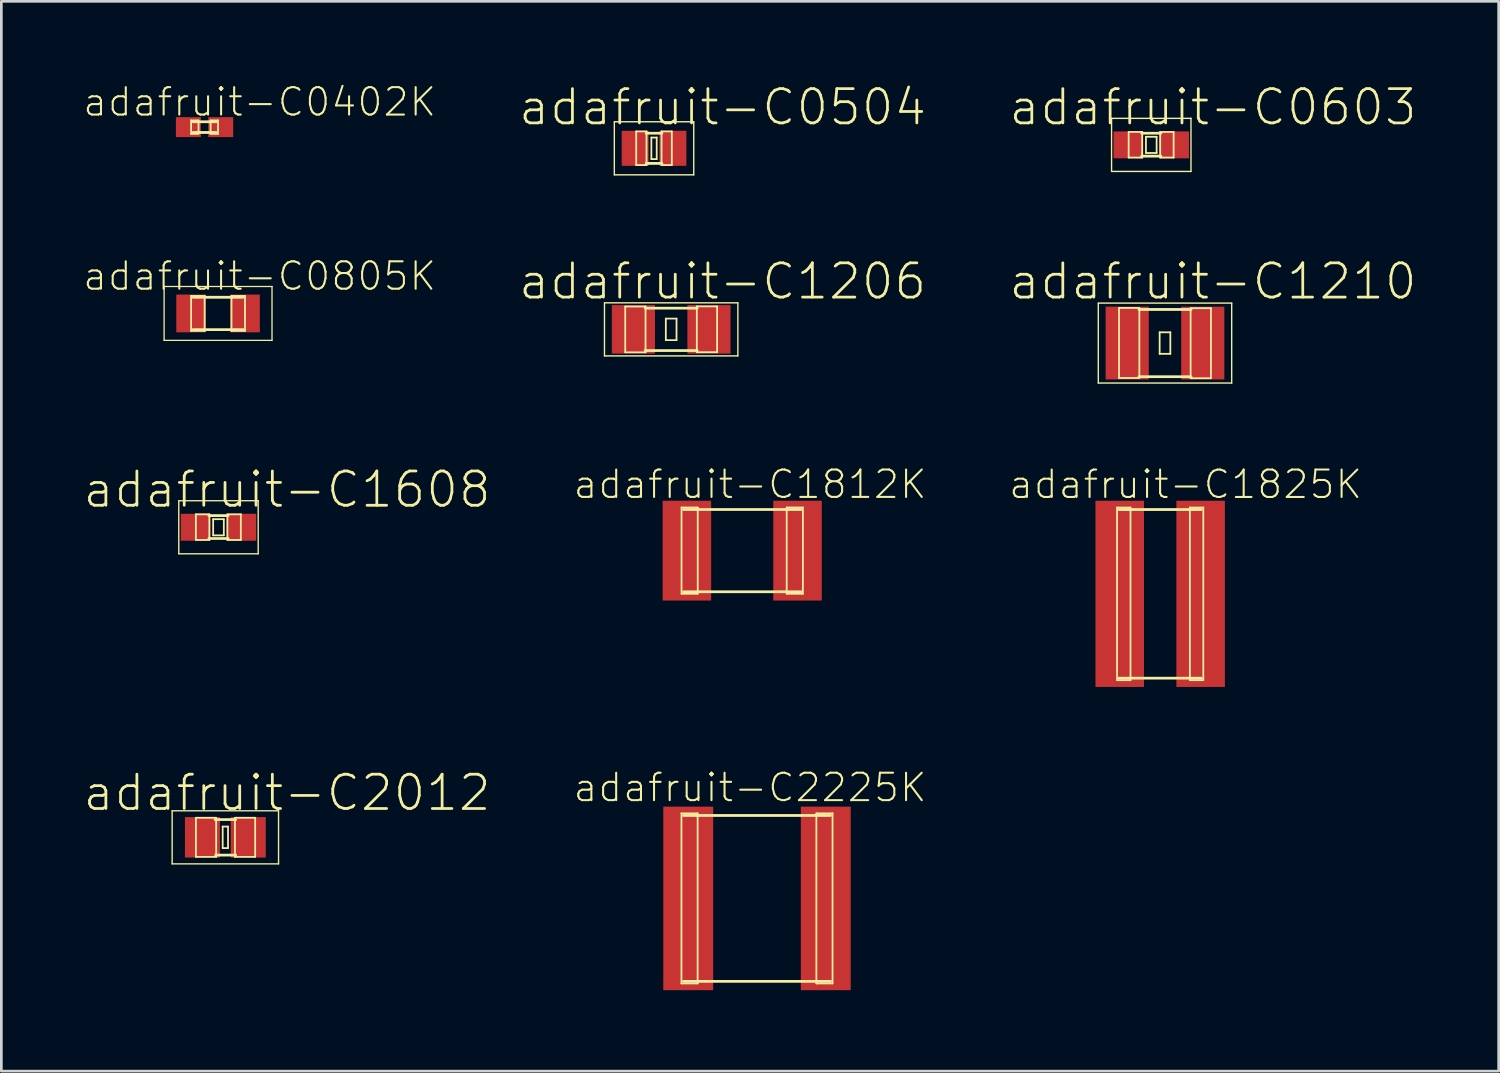
<source format=kicad_pcb>
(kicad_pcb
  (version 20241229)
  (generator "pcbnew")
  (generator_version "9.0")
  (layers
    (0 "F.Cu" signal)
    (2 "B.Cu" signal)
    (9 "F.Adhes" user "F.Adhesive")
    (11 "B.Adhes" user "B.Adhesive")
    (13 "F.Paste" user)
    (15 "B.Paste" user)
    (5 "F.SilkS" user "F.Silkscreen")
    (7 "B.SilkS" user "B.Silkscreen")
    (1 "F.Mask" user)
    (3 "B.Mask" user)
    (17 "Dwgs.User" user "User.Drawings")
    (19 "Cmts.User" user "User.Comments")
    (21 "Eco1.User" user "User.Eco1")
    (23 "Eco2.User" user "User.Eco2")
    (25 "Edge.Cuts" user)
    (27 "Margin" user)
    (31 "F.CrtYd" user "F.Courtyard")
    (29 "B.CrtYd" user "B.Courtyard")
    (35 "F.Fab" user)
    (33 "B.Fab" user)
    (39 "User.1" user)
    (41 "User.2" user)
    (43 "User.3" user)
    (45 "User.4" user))
  (footprint "adafruit-C2012"
    (layer "F.Cu")
    (at 5.299 27.973)
    (property "Reference" "adafruit-C2012" (at 2.286 -1.651 0) (layer "F.SilkS") (effects (font (size 1.27 1.27) (thickness 0.102))))
    (attr smd)
    (fp_line (start -1.971 -0.983) (end 1.971 -0.983) (stroke (width 0.051) (type solid)) (layer "F.SilkS"))
    (fp_line (start -1.971 0.983) (end -1.971 -0.983) (stroke (width 0.051) (type solid)) (layer "F.SilkS"))
    (fp_line (start -1.09 -0.724) (end -0.34 -0.724) (stroke (width 0.066) (type solid)) (layer "F.SilkS"))
    (fp_line (start -1.09 0.724) (end -1.09 -0.724) (stroke (width 0.066) (type solid)) (layer "F.SilkS"))
    (fp_line (start -1.09 0.724) (end -0.34 0.724) (stroke (width 0.066) (type solid)) (layer "F.SilkS"))
    (fp_line (start -0.381 -0.658) (end 0.381 -0.658) (stroke (width 0.102) (type solid)) (layer "F.SilkS"))
    (fp_line (start -0.356 0.658) (end 0.381 0.658) (stroke (width 0.102) (type solid)) (layer "F.SilkS"))
    (fp_line (start -0.34 0.724) (end -0.34 -0.724) (stroke (width 0.066) (type solid)) (layer "F.SilkS"))
    (fp_line (start -0.099 -0.399) (end 0.099 -0.399) (stroke (width 0.066) (type solid)) (layer "F.SilkS"))
    (fp_line (start -0.099 0.399) (end -0.099 -0.399) (stroke (width 0.066) (type solid)) (layer "F.SilkS"))
    (fp_line (start -0.099 0.399) (end 0.099 0.399) (stroke (width 0.066) (type solid)) (layer "F.SilkS"))
    (fp_line (start 0.099 0.399) (end 0.099 -0.399) (stroke (width 0.066) (type solid)) (layer "F.SilkS"))
    (fp_line (start 0.356 -0.724) (end 1.105 -0.724) (stroke (width 0.066) (type solid)) (layer "F.SilkS"))
    (fp_line (start 0.356 0.724) (end 0.356 -0.724) (stroke (width 0.066) (type solid)) (layer "F.SilkS"))
    (fp_line (start 0.356 0.724) (end 1.105 0.724) (stroke (width 0.066) (type solid)) (layer "F.SilkS"))
    (fp_line (start 1.105 0.724) (end 1.105 -0.724) (stroke (width 0.066) (type solid)) (layer "F.SilkS"))
    (fp_line (start 1.971 -0.983) (end 1.971 0.983) (stroke (width 0.051) (type solid)) (layer "F.SilkS"))
    (fp_line (start 1.971 0.983) (end -1.971 0.983) (stroke (width 0.051) (type solid)) (layer "F.SilkS"))
    (pad "1" smd rect (at -0.848 0) (size 1.298 1.499) (layers "F.Cu" "F.Mask" "F.Paste"))
    (pad "2" smd rect (at 0.848 0) (size 1.298 1.499) (layers "F.Cu" "F.Mask" "F.Paste")))
  (footprint "adafruit-C0603"
    (layer "F.Cu")
    (at 39.605 2.318)
    (property "Reference" "adafruit-C0603" (at 2.286 -1.397 0) (layer "F.SilkS") (effects (font (size 1.27 1.27) (thickness 0.102))))
    (attr smd)
    (fp_line (start -1.471 -0.983) (end 1.471 -0.983) (stroke (width 0.051) (type solid)) (layer "F.SilkS"))
    (fp_line (start -1.471 0.983) (end -1.471 -0.983) (stroke (width 0.051) (type solid)) (layer "F.SilkS"))
    (fp_line (start -0.838 -0.48) (end -0.338 -0.48) (stroke (width 0.066) (type solid)) (layer "F.SilkS"))
    (fp_line (start -0.838 0.47) (end -0.838 -0.48) (stroke (width 0.066) (type solid)) (layer "F.SilkS"))
    (fp_line (start -0.838 0.47) (end -0.338 0.47) (stroke (width 0.066) (type solid)) (layer "F.SilkS"))
    (fp_line (start -0.356 -0.432) (end 0.356 -0.432) (stroke (width 0.102) (type solid)) (layer "F.SilkS"))
    (fp_line (start -0.356 0.417) (end 0.356 0.417) (stroke (width 0.102) (type solid)) (layer "F.SilkS"))
    (fp_line (start -0.338 0.47) (end -0.338 -0.48) (stroke (width 0.066) (type solid)) (layer "F.SilkS"))
    (fp_line (start -0.198 -0.3) (end 0.198 -0.3) (stroke (width 0.066) (type solid)) (layer "F.SilkS"))
    (fp_line (start -0.198 0.3) (end -0.198 -0.3) (stroke (width 0.066) (type solid)) (layer "F.SilkS"))
    (fp_line (start -0.198 0.3) (end 0.198 0.3) (stroke (width 0.066) (type solid)) (layer "F.SilkS"))
    (fp_line (start 0.198 0.3) (end 0.198 -0.3) (stroke (width 0.066) (type solid)) (layer "F.SilkS"))
    (fp_line (start 0.33 -0.48) (end 0.828 -0.48) (stroke (width 0.066) (type solid)) (layer "F.SilkS"))
    (fp_line (start 0.33 0.47) (end 0.33 -0.48) (stroke (width 0.066) (type solid)) (layer "F.SilkS"))
    (fp_line (start 0.33 0.47) (end 0.828 0.47) (stroke (width 0.066) (type solid)) (layer "F.SilkS"))
    (fp_line (start 0.828 0.47) (end 0.828 -0.48) (stroke (width 0.066) (type solid)) (layer "F.SilkS"))
    (fp_line (start 1.471 -0.983) (end 1.471 0.983) (stroke (width 0.051) (type solid)) (layer "F.SilkS"))
    (fp_line (start 1.471 0.983) (end -1.471 0.983) (stroke (width 0.051) (type solid)) (layer "F.SilkS"))
    (pad "1" smd rect (at -0.848 0) (size 1.1 0.998) (layers "F.Cu" "F.Mask" "F.Paste"))
    (pad "2" smd rect (at 0.848 0) (size 1.1 0.998) (layers "F.Cu" "F.Mask" "F.Paste")))
  (footprint "adafruit-C0805K"
    (layer "F.Cu")
    (at 5.029 8.563)
    (property "Reference" "adafruit-C0805K" (at 1.539 -1.382 0) (layer "F.SilkS") (effects (font (size 1.016 1.016) (thickness 0.076))))
    (attr smd)
    (fp_line (start -1.999 -0.998) (end 1.999 -0.998) (stroke (width 0.048) (type solid)) (layer "F.SilkS"))
    (fp_line (start -1.999 0.998) (end -1.999 -0.998) (stroke (width 0.048) (type solid)) (layer "F.SilkS"))
    (fp_line (start -0.998 -0.648) (end -0.498 -0.648) (stroke (width 0.066) (type solid)) (layer "F.SilkS"))
    (fp_line (start -0.998 0.648) (end -0.998 -0.648) (stroke (width 0.066) (type solid)) (layer "F.SilkS"))
    (fp_line (start -0.998 0.648) (end -0.498 0.648) (stroke (width 0.066) (type solid)) (layer "F.SilkS"))
    (fp_line (start -0.925 -0.599) (end 0.925 -0.599) (stroke (width 0.102) (type solid)) (layer "F.SilkS"))
    (fp_line (start -0.498 0.648) (end -0.498 -0.648) (stroke (width 0.066) (type solid)) (layer "F.SilkS"))
    (fp_line (start 0.498 -0.648) (end 0.998 -0.648) (stroke (width 0.066) (type solid)) (layer "F.SilkS"))
    (fp_line (start 0.498 0.648) (end 0.498 -0.648) (stroke (width 0.066) (type solid)) (layer "F.SilkS"))
    (fp_line (start 0.498 0.648) (end 0.998 0.648) (stroke (width 0.066) (type solid)) (layer "F.SilkS"))
    (fp_line (start 0.925 0.599) (end -0.925 0.599) (stroke (width 0.102) (type solid)) (layer "F.SilkS"))
    (fp_line (start 0.998 0.648) (end 0.998 -0.648) (stroke (width 0.066) (type solid)) (layer "F.SilkS"))
    (fp_line (start 1.999 -0.998) (end 1.999 0.998) (stroke (width 0.048) (type solid)) (layer "F.SilkS"))
    (fp_line (start 1.999 0.998) (end -1.999 0.998) (stroke (width 0.048) (type solid)) (layer "F.SilkS"))
    (pad "1" smd rect (at -0.998 0) (size 1.1 1.4) (layers "F.Cu" "F.Mask" "F.Paste"))
    (pad "2" smd rect (at 0.998 0) (size 1.1 1.4) (layers "F.Cu" "F.Mask" "F.Paste")))
  (footprint "adafruit-C1825K"
    (layer "F.Cu")
    (at 39.935 18.952)
    (property "Reference" "adafruit-C1825K" (at 0.94 -4.056 0) (layer "F.SilkS") (effects (font (size 1.016 1.016) (thickness 0.076))))
    (attr smd)
    (fp_line (start -1.598 -3.198) (end -1.1 -3.198) (stroke (width 0.066) (type solid)) (layer "F.SilkS"))
    (fp_line (start -1.598 3.198) (end -1.598 -3.198) (stroke (width 0.066) (type solid)) (layer "F.SilkS"))
    (fp_line (start -1.598 3.198) (end -1.1 3.198) (stroke (width 0.066) (type solid)) (layer "F.SilkS"))
    (fp_line (start -1.524 -3.124) (end 1.524 -3.124) (stroke (width 0.102) (type solid)) (layer "F.SilkS"))
    (fp_line (start -1.1 3.198) (end -1.1 -3.198) (stroke (width 0.066) (type solid)) (layer "F.SilkS"))
    (fp_line (start 1.1 -3.198) (end 1.598 -3.198) (stroke (width 0.066) (type solid)) (layer "F.SilkS"))
    (fp_line (start 1.1 3.198) (end 1.1 -3.198) (stroke (width 0.066) (type solid)) (layer "F.SilkS"))
    (fp_line (start 1.1 3.198) (end 1.598 3.198) (stroke (width 0.066) (type solid)) (layer "F.SilkS"))
    (fp_line (start 1.524 3.124) (end -1.524 3.124) (stroke (width 0.102) (type solid)) (layer "F.SilkS"))
    (fp_line (start 1.598 3.198) (end 1.598 -3.198) (stroke (width 0.066) (type solid)) (layer "F.SilkS"))
    (pad "1" smd rect (at -1.499 0) (size 1.798 6.899) (layers "F.Cu" "F.Mask" "F.Paste"))
    (pad "2" smd rect (at 1.499 0) (size 1.798 6.899) (layers "F.Cu" "F.Mask" "F.Paste")))
  (footprint "adafruit-C1608"
    (layer "F.Cu")
    (at 5.045 16.485)
    (property "Reference" "adafruit-C1608" (at 2.54 -1.397 0) (layer "F.SilkS") (effects (font (size 1.27 1.27) (thickness 0.102))))
    (attr smd)
    (fp_line (start -1.471 -0.983) (end 1.471 -0.983) (stroke (width 0.051) (type solid)) (layer "F.SilkS"))
    (fp_line (start -1.471 0.983) (end -1.471 -0.983) (stroke (width 0.051) (type solid)) (layer "F.SilkS"))
    (fp_line (start -0.838 -0.48) (end -0.338 -0.48) (stroke (width 0.066) (type solid)) (layer "F.SilkS"))
    (fp_line (start -0.838 0.47) (end -0.838 -0.48) (stroke (width 0.066) (type solid)) (layer "F.SilkS"))
    (fp_line (start -0.838 0.47) (end -0.338 0.47) (stroke (width 0.066) (type solid)) (layer "F.SilkS"))
    (fp_line (start -0.356 -0.432) (end 0.356 -0.432) (stroke (width 0.102) (type solid)) (layer "F.SilkS"))
    (fp_line (start -0.356 0.417) (end 0.356 0.417) (stroke (width 0.102) (type solid)) (layer "F.SilkS"))
    (fp_line (start -0.338 0.47) (end -0.338 -0.48) (stroke (width 0.066) (type solid)) (layer "F.SilkS"))
    (fp_line (start -0.198 -0.3) (end 0.198 -0.3) (stroke (width 0.066) (type solid)) (layer "F.SilkS"))
    (fp_line (start -0.198 0.3) (end -0.198 -0.3) (stroke (width 0.066) (type solid)) (layer "F.SilkS"))
    (fp_line (start -0.198 0.3) (end 0.198 0.3) (stroke (width 0.066) (type solid)) (layer "F.SilkS"))
    (fp_line (start 0.198 0.3) (end 0.198 -0.3) (stroke (width 0.066) (type solid)) (layer "F.SilkS"))
    (fp_line (start 0.33 -0.48) (end 0.828 -0.48) (stroke (width 0.066) (type solid)) (layer "F.SilkS"))
    (fp_line (start 0.33 0.47) (end 0.33 -0.48) (stroke (width 0.066) (type solid)) (layer "F.SilkS"))
    (fp_line (start 0.33 0.47) (end 0.828 0.47) (stroke (width 0.066) (type solid)) (layer "F.SilkS"))
    (fp_line (start 0.828 0.47) (end 0.828 -0.48) (stroke (width 0.066) (type solid)) (layer "F.SilkS"))
    (fp_line (start 1.471 -0.983) (end 1.471 0.983) (stroke (width 0.051) (type solid)) (layer "F.SilkS"))
    (fp_line (start 1.471 0.983) (end -1.471 0.983) (stroke (width 0.051) (type solid)) (layer "F.SilkS"))
    (pad "1" smd rect (at -0.848 0) (size 1.1 0.998) (layers "F.Cu" "F.Mask" "F.Paste"))
    (pad "2" smd rect (at 0.848 0) (size 1.1 0.998) (layers "F.Cu" "F.Mask" "F.Paste")))
  (footprint "adafruit-C1210"
    (layer "F.Cu")
    (at 40.113 9.661)
    (property "Reference" "adafruit-C1210" (at 1.778 -2.286 0) (layer "F.SilkS") (effects (font (size 1.27 1.27) (thickness 0.102))))
    (attr smd)
    (fp_line (start -2.471 -1.481) (end 2.471 -1.481) (stroke (width 0.051) (type solid)) (layer "F.SilkS"))
    (fp_line (start -2.471 1.481) (end -2.471 -1.481) (stroke (width 0.051) (type solid)) (layer "F.SilkS"))
    (fp_line (start -1.702 -1.303) (end -0.95 -1.303) (stroke (width 0.066) (type solid)) (layer "F.SilkS"))
    (fp_line (start -1.702 1.293) (end -1.702 -1.303) (stroke (width 0.066) (type solid)) (layer "F.SilkS"))
    (fp_line (start -1.702 1.293) (end -0.95 1.293) (stroke (width 0.066) (type solid)) (layer "F.SilkS"))
    (fp_line (start -0.965 -1.245) (end 0.965 -1.245) (stroke (width 0.102) (type solid)) (layer "F.SilkS"))
    (fp_line (start -0.965 1.245) (end 0.965 1.245) (stroke (width 0.102) (type solid)) (layer "F.SilkS"))
    (fp_line (start -0.95 1.293) (end -0.95 -1.303) (stroke (width 0.066) (type solid)) (layer "F.SilkS"))
    (fp_line (start -0.198 -0.399) (end 0.198 -0.399) (stroke (width 0.066) (type solid)) (layer "F.SilkS"))
    (fp_line (start -0.198 0.399) (end -0.198 -0.399) (stroke (width 0.066) (type solid)) (layer "F.SilkS"))
    (fp_line (start -0.198 0.399) (end 0.198 0.399) (stroke (width 0.066) (type solid)) (layer "F.SilkS"))
    (fp_line (start 0.198 0.399) (end 0.198 -0.399) (stroke (width 0.066) (type solid)) (layer "F.SilkS"))
    (fp_line (start 0.95 -1.293) (end 1.702 -1.293) (stroke (width 0.066) (type solid)) (layer "F.SilkS"))
    (fp_line (start 0.95 1.303) (end 0.95 -1.293) (stroke (width 0.066) (type solid)) (layer "F.SilkS"))
    (fp_line (start 0.95 1.303) (end 1.702 1.303) (stroke (width 0.066) (type solid)) (layer "F.SilkS"))
    (fp_line (start 1.702 1.303) (end 1.702 -1.293) (stroke (width 0.066) (type solid)) (layer "F.SilkS"))
    (fp_line (start 2.471 -1.481) (end 2.471 1.481) (stroke (width 0.051) (type solid)) (layer "F.SilkS"))
    (fp_line (start 2.471 1.481) (end -2.471 1.481) (stroke (width 0.051) (type solid)) (layer "F.SilkS"))
    (pad "1" smd rect (at -1.4 0) (size 1.598 2.697) (layers "F.Cu" "F.Mask" "F.Paste"))
    (pad "2" smd rect (at 1.4 0) (size 1.598 2.697) (layers "F.Cu" "F.Mask" "F.Paste")))
  (footprint "adafruit-C1812K"
    (layer "F.Cu")
    (at 24.449 17.351)
    (property "Reference" "adafruit-C1812K" (at 0.29 -2.456 0) (layer "F.SilkS") (effects (font (size 1.016 1.016) (thickness 0.076))))
    (attr smd)
    (fp_line (start -2.248 -1.598) (end -1.648 -1.598) (stroke (width 0.066) (type solid)) (layer "F.SilkS"))
    (fp_line (start -2.248 1.598) (end -2.248 -1.598) (stroke (width 0.066) (type solid)) (layer "F.SilkS"))
    (fp_line (start -2.248 1.598) (end -1.648 1.598) (stroke (width 0.066) (type solid)) (layer "F.SilkS"))
    (fp_line (start -2.174 -1.524) (end 2.174 -1.524) (stroke (width 0.102) (type solid)) (layer "F.SilkS"))
    (fp_line (start -1.648 1.598) (end -1.648 -1.598) (stroke (width 0.066) (type solid)) (layer "F.SilkS"))
    (fp_line (start 1.648 -1.598) (end 2.248 -1.598) (stroke (width 0.066) (type solid)) (layer "F.SilkS"))
    (fp_line (start 1.648 1.598) (end 1.648 -1.598) (stroke (width 0.066) (type solid)) (layer "F.SilkS"))
    (fp_line (start 1.648 1.598) (end 2.248 1.598) (stroke (width 0.066) (type solid)) (layer "F.SilkS"))
    (fp_line (start 2.174 1.524) (end -2.174 1.524) (stroke (width 0.102) (type solid)) (layer "F.SilkS"))
    (fp_line (start 2.248 1.598) (end 2.248 -1.598) (stroke (width 0.066) (type solid)) (layer "F.SilkS"))
    (pad "1" smd rect (at -2.05 0) (size 1.798 3.698) (layers "F.Cu" "F.Mask" "F.Paste"))
    (pad "2" smd rect (at 2.05 0) (size 1.798 3.698) (layers "F.Cu" "F.Mask" "F.Paste")))
  (footprint "adafruit-C1206"
    (layer "F.Cu")
    (at 21.817 9.153)
    (property "Reference" "adafruit-C1206" (at 1.905 -1.778 0) (layer "F.SilkS") (effects (font (size 1.27 1.27) (thickness 0.102))))
    (attr smd)
    (fp_line (start -2.471 -0.983) (end 2.471 -0.983) (stroke (width 0.051) (type solid)) (layer "F.SilkS"))
    (fp_line (start -2.471 0.983) (end -2.471 -0.983) (stroke (width 0.051) (type solid)) (layer "F.SilkS"))
    (fp_line (start -1.702 -0.848) (end -0.95 -0.848) (stroke (width 0.066) (type solid)) (layer "F.SilkS"))
    (fp_line (start -1.702 0.851) (end -1.702 -0.848) (stroke (width 0.066) (type solid)) (layer "F.SilkS"))
    (fp_line (start -1.702 0.851) (end -0.95 0.851) (stroke (width 0.066) (type solid)) (layer "F.SilkS"))
    (fp_line (start -0.963 -0.785) (end 0.963 -0.785) (stroke (width 0.102) (type solid)) (layer "F.SilkS"))
    (fp_line (start -0.963 0.785) (end 0.963 0.785) (stroke (width 0.102) (type solid)) (layer "F.SilkS"))
    (fp_line (start -0.95 0.851) (end -0.95 -0.848) (stroke (width 0.066) (type solid)) (layer "F.SilkS"))
    (fp_line (start -0.198 -0.399) (end 0.198 -0.399) (stroke (width 0.066) (type solid)) (layer "F.SilkS"))
    (fp_line (start -0.198 0.399) (end -0.198 -0.399) (stroke (width 0.066) (type solid)) (layer "F.SilkS"))
    (fp_line (start -0.198 0.399) (end 0.198 0.399) (stroke (width 0.066) (type solid)) (layer "F.SilkS"))
    (fp_line (start 0.198 0.399) (end 0.198 -0.399) (stroke (width 0.066) (type solid)) (layer "F.SilkS"))
    (fp_line (start 0.95 -0.851) (end 1.702 -0.851) (stroke (width 0.066) (type solid)) (layer "F.SilkS"))
    (fp_line (start 0.95 0.848) (end 0.95 -0.851) (stroke (width 0.066) (type solid)) (layer "F.SilkS"))
    (fp_line (start 0.95 0.848) (end 1.702 0.848) (stroke (width 0.066) (type solid)) (layer "F.SilkS"))
    (fp_line (start 1.702 0.848) (end 1.702 -0.851) (stroke (width 0.066) (type solid)) (layer "F.SilkS"))
    (fp_line (start 2.471 -0.983) (end 2.471 0.983) (stroke (width 0.051) (type solid)) (layer "F.SilkS"))
    (fp_line (start 2.471 0.983) (end -2.471 0.983) (stroke (width 0.051) (type solid)) (layer "F.SilkS"))
    (pad "1" smd rect (at -1.4 0) (size 1.598 1.798) (layers "F.Cu" "F.Mask" "F.Paste"))
    (pad "2" smd rect (at 1.4 0) (size 1.598 1.798) (layers "F.Cu" "F.Mask" "F.Paste")))
  (footprint "adafruit-C0504"
    (layer "F.Cu")
    (at 21.182 2.445)
    (property "Reference" "adafruit-C0504" (at 2.54 -1.524 0) (layer "F.SilkS") (effects (font (size 1.27 1.27) (thickness 0.102))))
    (attr smd)
    (fp_line (start -1.471 -0.983) (end 1.471 -0.983) (stroke (width 0.051) (type solid)) (layer "F.SilkS"))
    (fp_line (start -1.471 0.983) (end -1.471 -0.983) (stroke (width 0.051) (type solid)) (layer "F.SilkS"))
    (fp_line (start -0.66 -0.627) (end -0.279 -0.627) (stroke (width 0.066) (type solid)) (layer "F.SilkS"))
    (fp_line (start -0.66 0.622) (end -0.66 -0.627) (stroke (width 0.066) (type solid)) (layer "F.SilkS"))
    (fp_line (start -0.66 0.622) (end -0.279 0.622) (stroke (width 0.066) (type solid)) (layer "F.SilkS"))
    (fp_line (start -0.292 -0.559) (end 0.292 -0.559) (stroke (width 0.102) (type solid)) (layer "F.SilkS"))
    (fp_line (start -0.292 0.559) (end 0.292 0.559) (stroke (width 0.102) (type solid)) (layer "F.SilkS"))
    (fp_line (start -0.279 0.622) (end -0.279 -0.627) (stroke (width 0.066) (type solid)) (layer "F.SilkS"))
    (fp_line (start -0.099 -0.399) (end 0.099 -0.399) (stroke (width 0.066) (type solid)) (layer "F.SilkS"))
    (fp_line (start -0.099 0.399) (end -0.099 -0.399) (stroke (width 0.066) (type solid)) (layer "F.SilkS"))
    (fp_line (start -0.099 0.399) (end 0.099 0.399) (stroke (width 0.066) (type solid)) (layer "F.SilkS"))
    (fp_line (start 0.099 0.399) (end 0.099 -0.399) (stroke (width 0.066) (type solid)) (layer "F.SilkS"))
    (fp_line (start 0.279 -0.627) (end 0.658 -0.627) (stroke (width 0.066) (type solid)) (layer "F.SilkS"))
    (fp_line (start 0.279 0.622) (end 0.279 -0.627) (stroke (width 0.066) (type solid)) (layer "F.SilkS"))
    (fp_line (start 0.279 0.622) (end 0.658 0.622) (stroke (width 0.066) (type solid)) (layer "F.SilkS"))
    (fp_line (start 0.658 0.622) (end 0.658 -0.627) (stroke (width 0.066) (type solid)) (layer "F.SilkS"))
    (fp_line (start 1.471 -0.983) (end 1.471 0.983) (stroke (width 0.051) (type solid)) (layer "F.SilkS"))
    (fp_line (start 1.471 0.983) (end -1.471 0.983) (stroke (width 0.051) (type solid)) (layer "F.SilkS"))
    (pad "1" smd rect (at -0.699 0) (size 0.998 1.298) (layers "F.Cu" "F.Mask" "F.Paste"))
    (pad "2" smd rect (at 0.699 0) (size 0.998 1.298) (layers "F.Cu" "F.Mask" "F.Paste")))
  (footprint "adafruit-C2225K"
    (layer "F.Cu")
    (at 24.997 30.236)
    (property "Reference" "adafruit-C2225K" (at -0.259 -4.107 0) (layer "F.SilkS") (effects (font (size 1.016 1.016) (thickness 0.076))))
    (attr smd)
    (fp_line (start -2.799 -3.15) (end -2.2 -3.15) (stroke (width 0.066) (type solid)) (layer "F.SilkS"))
    (fp_line (start -2.799 3.15) (end -2.799 -3.15) (stroke (width 0.066) (type solid)) (layer "F.SilkS"))
    (fp_line (start -2.799 3.15) (end -2.2 3.15) (stroke (width 0.066) (type solid)) (layer "F.SilkS"))
    (fp_line (start -2.723 -3.073) (end 2.723 -3.073) (stroke (width 0.102) (type solid)) (layer "F.SilkS"))
    (fp_line (start -2.2 3.15) (end -2.2 -3.15) (stroke (width 0.066) (type solid)) (layer "F.SilkS"))
    (fp_line (start 2.2 -3.15) (end 2.799 -3.15) (stroke (width 0.066) (type solid)) (layer "F.SilkS"))
    (fp_line (start 2.2 3.15) (end 2.2 -3.15) (stroke (width 0.066) (type solid)) (layer "F.SilkS"))
    (fp_line (start 2.2 3.15) (end 2.799 3.15) (stroke (width 0.066) (type solid)) (layer "F.SilkS"))
    (fp_line (start 2.723 3.073) (end -2.723 3.073) (stroke (width 0.102) (type solid)) (layer "F.SilkS"))
    (fp_line (start 2.799 3.15) (end 2.799 -3.15) (stroke (width 0.066) (type solid)) (layer "F.SilkS"))
    (pad "1" smd rect (at -2.548 0) (size 1.849 6.8) (layers "F.Cu" "F.Mask" "F.Paste"))
    (pad "2" smd rect (at 2.548 0) (size 1.849 6.8) (layers "F.Cu" "F.Mask" "F.Paste")))
  (footprint "adafruit-C0402K"
    (layer "F.Cu")
    (at 4.529 1.66)
    (property "Reference" "adafruit-C0402K" (at 2.04 -0.932 0) (layer "F.SilkS") (effects (font (size 1.016 1.016) (thickness 0.076))))
    (attr smd)
    (fp_line (start -0.498 -0.249) (end -0.224 -0.249) (stroke (width 0.066) (type solid)) (layer "F.SilkS"))
    (fp_line (start -0.498 0.249) (end -0.498 -0.249) (stroke (width 0.066) (type solid)) (layer "F.SilkS"))
    (fp_line (start -0.498 0.249) (end -0.224 0.249) (stroke (width 0.066) (type solid)) (layer "F.SilkS"))
    (fp_line (start -0.424 -0.198) (end 0.424 -0.198) (stroke (width 0.102) (type solid)) (layer "F.SilkS"))
    (fp_line (start -0.224 0.249) (end -0.224 -0.249) (stroke (width 0.066) (type solid)) (layer "F.SilkS"))
    (fp_line (start 0.224 -0.249) (end 0.498 -0.249) (stroke (width 0.066) (type solid)) (layer "F.SilkS"))
    (fp_line (start 0.224 0.249) (end 0.224 -0.249) (stroke (width 0.066) (type solid)) (layer "F.SilkS"))
    (fp_line (start 0.224 0.249) (end 0.498 0.249) (stroke (width 0.066) (type solid)) (layer "F.SilkS"))
    (fp_line (start 0.424 0.198) (end -0.424 0.198) (stroke (width 0.102) (type solid)) (layer "F.SilkS"))
    (fp_line (start 0.498 0.249) (end 0.498 -0.249) (stroke (width 0.066) (type solid)) (layer "F.SilkS"))
    (pad "1" smd rect (at -0.599 0) (size 0.925 0.739) (layers "F.Cu" "F.Mask" "F.Paste"))
    (pad "2" smd rect (at 0.599 0) (size 0.925 0.739) (layers "F.Cu" "F.Mask" "F.Paste")))
  (gr_rect
    (start -3 -3)
    (end 52.476 36.636)
    (stroke (width 0.1) (type default))
    (fill no)
    (layer "Edge.Cuts")))
</source>
